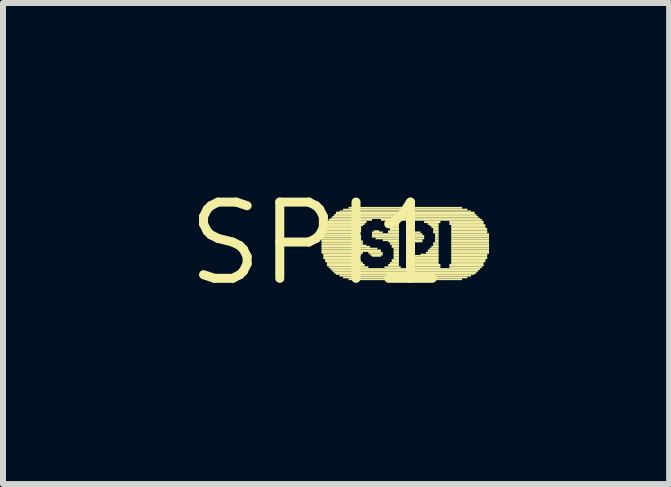
<source format=kicad_pcb>
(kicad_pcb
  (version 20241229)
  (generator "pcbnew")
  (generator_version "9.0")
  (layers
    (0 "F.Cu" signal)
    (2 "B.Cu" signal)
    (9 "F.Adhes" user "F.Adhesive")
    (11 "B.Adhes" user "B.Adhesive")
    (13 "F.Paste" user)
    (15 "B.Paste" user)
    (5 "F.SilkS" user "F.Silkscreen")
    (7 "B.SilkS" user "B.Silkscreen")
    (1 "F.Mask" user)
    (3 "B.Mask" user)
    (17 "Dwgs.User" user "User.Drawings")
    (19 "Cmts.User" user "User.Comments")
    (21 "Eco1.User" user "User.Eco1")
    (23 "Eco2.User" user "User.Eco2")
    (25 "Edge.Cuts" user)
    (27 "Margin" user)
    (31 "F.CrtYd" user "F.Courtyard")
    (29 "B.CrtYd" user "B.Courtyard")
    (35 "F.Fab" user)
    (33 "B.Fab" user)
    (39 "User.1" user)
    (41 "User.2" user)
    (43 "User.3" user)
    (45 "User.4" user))
  (footprint "SPI1"
    (layer "F.Cu")
    (at 2.245 1.006)
    (property "Reference" "SPI1" (at 0 0 0) (layer "F.SilkS") (effects (font (size 1.27 1.27) (thickness 0.15))))
    (attr through_hole)
    (fp_poly (pts (xy 0.06 -0.14) (xy 0.69 -0.14) (xy 0.69 -0.17) (xy 0.06 -0.17)) (stroke (width 0) (type solid)) (fill yes) (layer "F.SilkS"))
    (fp_poly (pts (xy 0.06 -0.1) (xy 0.72 -0.1) (xy 0.72 -0.14) (xy 0.06 -0.14)) (stroke (width 0) (type solid)) (fill yes) (layer "F.SilkS"))
    (fp_poly (pts (xy 0.06 -0.07) (xy 0.72 -0.07) (xy 0.72 -0.1) (xy 0.06 -0.1)) (stroke (width 0) (type solid)) (fill yes) (layer "F.SilkS"))
    (fp_poly (pts (xy 0.06 -0.04) (xy 0.72 -0.04) (xy 0.72 -0.07) (xy 0.06 -0.07)) (stroke (width 0) (type solid)) (fill yes) (layer "F.SilkS"))
    (fp_poly (pts (xy 0.06 -0.02) (xy 0.75 -0.02) (xy 0.75 -0.05) (xy 0.06 -0.05)) (stroke (width 0) (type solid)) (fill yes) (layer "F.SilkS"))
    (fp_poly (pts (xy 0.06 0.02) (xy 0.75 0.02) (xy 0.75 -0.02) (xy 0.06 -0.02)) (stroke (width 0) (type solid)) (fill yes) (layer "F.SilkS"))
    (fp_poly (pts (xy 0.06 0.05) (xy 0.81 0.05) (xy 0.81 0.02) (xy 0.06 0.02)) (stroke (width 0) (type solid)) (fill yes) (layer "F.SilkS"))
    (fp_poly (pts (xy 0.06 0.07) (xy 0.87 0.07) (xy 0.87 0.04) (xy 0.06 0.04)) (stroke (width 0) (type solid)) (fill yes) (layer "F.SilkS"))
    (fp_poly (pts (xy 0.06 0.1) (xy 0.99 0.1) (xy 0.99 0.07) (xy 0.06 0.07)) (stroke (width 0) (type solid)) (fill yes) (layer "F.SilkS"))
    (fp_poly (pts (xy 0.06 0.14) (xy 1.05 0.14) (xy 1.05 0.1) (xy 0.06 0.1)) (stroke (width 0) (type solid)) (fill yes) (layer "F.SilkS"))
    (fp_poly (pts (xy 0.06 0.17) (xy 0.75 0.17) (xy 0.75 0.14) (xy 0.06 0.14)) (stroke (width 0) (type solid)) (fill yes) (layer "F.SilkS"))
    (fp_poly (pts (xy 0.09 -0.22) (xy 0.72 -0.22) (xy 0.72 -0.26) (xy 0.09 -0.26)) (stroke (width 0) (type solid)) (fill yes) (layer "F.SilkS"))
    (fp_poly (pts (xy 0.09 -0.19) (xy 0.72 -0.19) (xy 0.72 -0.22) (xy 0.09 -0.22)) (stroke (width 0) (type solid)) (fill yes) (layer "F.SilkS"))
    (fp_poly (pts (xy 0.09 -0.17) (xy 0.69 -0.17) (xy 0.69 -0.2) (xy 0.09 -0.2)) (stroke (width 0) (type solid)) (fill yes) (layer "F.SilkS"))
    (fp_poly (pts (xy 0.09 0.2) (xy 0.72 0.2) (xy 0.72 0.17) (xy 0.09 0.17)) (stroke (width 0) (type solid)) (fill yes) (layer "F.SilkS"))
    (fp_poly (pts (xy 0.09 0.22) (xy 0.69 0.22) (xy 0.69 0.19) (xy 0.09 0.19)) (stroke (width 0) (type solid)) (fill yes) (layer "F.SilkS"))
    (fp_poly (pts (xy 0.09 0.26) (xy 0.69 0.26) (xy 0.69 0.22) (xy 0.09 0.22)) (stroke (width 0) (type solid)) (fill yes) (layer "F.SilkS"))
    (fp_poly (pts (xy 0.12 -0.29) (xy 0.75 -0.29) (xy 0.75 -0.32) (xy 0.12 -0.32)) (stroke (width 0) (type solid)) (fill yes) (layer "F.SilkS"))
    (fp_poly (pts (xy 0.12 -0.26) (xy 0.72 -0.26) (xy 0.72 -0.29) (xy 0.12 -0.29)) (stroke (width 0) (type solid)) (fill yes) (layer "F.SilkS"))
    (fp_poly (pts (xy 0.12 0.29) (xy 0.69 0.29) (xy 0.69 0.26) (xy 0.12 0.26)) (stroke (width 0) (type solid)) (fill yes) (layer "F.SilkS"))
    (fp_poly (pts (xy 0.12 0.31) (xy 0.72 0.31) (xy 0.72 0.28) (xy 0.12 0.28)) (stroke (width 0) (type solid)) (fill yes) (layer "F.SilkS"))
    (fp_poly (pts (xy 0.15 -0.34) (xy 0.81 -0.34) (xy 0.81 -0.38) (xy 0.15 -0.38)) (stroke (width 0) (type solid)) (fill yes) (layer "F.SilkS"))
    (fp_poly (pts (xy 0.15 -0.31) (xy 0.78 -0.31) (xy 0.78 -0.34) (xy 0.15 -0.34)) (stroke (width 0) (type solid)) (fill yes) (layer "F.SilkS"))
    (fp_poly (pts (xy 0.15 0.34) (xy 0.75 0.34) (xy 0.75 0.31) (xy 0.15 0.31)) (stroke (width 0) (type solid)) (fill yes) (layer "F.SilkS"))
    (fp_poly (pts (xy 0.15 0.38) (xy 0.78 0.38) (xy 0.78 0.34) (xy 0.15 0.34)) (stroke (width 0) (type solid)) (fill yes) (layer "F.SilkS"))
    (fp_poly (pts (xy 0.18 -0.38) (xy 0.9 -0.38) (xy 0.9 -0.41) (xy 0.18 -0.41)) (stroke (width 0) (type solid)) (fill yes) (layer "F.SilkS"))
    (fp_poly (pts (xy 0.18 0.41) (xy 0.84 0.41) (xy 0.84 0.38) (xy 0.18 0.38)) (stroke (width 0) (type solid)) (fill yes) (layer "F.SilkS"))
    (fp_poly (pts (xy 0.21 -0.41) (xy 2.7 -0.41) (xy 2.7 -0.43) (xy 0.21 -0.43)) (stroke (width 0) (type solid)) (fill yes) (layer "F.SilkS"))
    (fp_poly (pts (xy 0.21 0.44) (xy 2.7 0.44) (xy 2.7 0.41) (xy 0.21 0.41)) (stroke (width 0) (type solid)) (fill yes) (layer "F.SilkS"))
    (fp_poly (pts (xy 0.24 -0.43) (xy 2.67 -0.43) (xy 2.67 -0.46) (xy 0.24 -0.46)) (stroke (width 0) (type solid)) (fill yes) (layer "F.SilkS"))
    (fp_poly (pts (xy 0.24 0.47) (xy 2.67 0.47) (xy 2.67 0.44) (xy 0.24 0.44)) (stroke (width 0) (type solid)) (fill yes) (layer "F.SilkS"))
    (fp_poly (pts (xy 0.27 -0.46) (xy 2.64 -0.46) (xy 2.64 -0.49) (xy 0.27 -0.49)) (stroke (width 0) (type solid)) (fill yes) (layer "F.SilkS"))
    (fp_poly (pts (xy 0.27 0.5) (xy 2.64 0.5) (xy 2.64 0.47) (xy 0.27 0.47)) (stroke (width 0) (type solid)) (fill yes) (layer "F.SilkS"))
    (fp_poly (pts (xy 0.3 -0.49) (xy 2.61 -0.49) (xy 2.61 -0.53) (xy 0.3 -0.53)) (stroke (width 0) (type solid)) (fill yes) (layer "F.SilkS"))
    (fp_poly (pts (xy 0.3 0.52) (xy 2.61 0.52) (xy 2.61 0.49) (xy 0.3 0.49)) (stroke (width 0) (type solid)) (fill yes) (layer "F.SilkS"))
    (fp_poly (pts (xy 0.36 -0.53) (xy 2.55 -0.53) (xy 2.55 -0.55) (xy 0.36 -0.55)) (stroke (width 0) (type solid)) (fill yes) (layer "F.SilkS"))
    (fp_poly (pts (xy 0.36 0.55) (xy 2.55 0.55) (xy 2.55 0.52) (xy 0.36 0.52)) (stroke (width 0) (type solid)) (fill yes) (layer "F.SilkS"))
    (fp_poly (pts (xy 0.42 -0.55) (xy 2.49 -0.55) (xy 2.49 -0.58) (xy 0.42 -0.58)) (stroke (width 0) (type solid)) (fill yes) (layer "F.SilkS"))
    (fp_poly (pts (xy 0.42 0.58) (xy 2.49 0.58) (xy 2.49 0.55) (xy 0.42 0.55)) (stroke (width 0) (type solid)) (fill yes) (layer "F.SilkS"))
    (fp_poly (pts (xy 0.51 -0.58) (xy 2.4 -0.58) (xy 2.4 -0.61) (xy 0.51 -0.61)) (stroke (width 0) (type solid)) (fill yes) (layer "F.SilkS"))
    (fp_poly (pts (xy 0.51 0.61) (xy 2.4 0.61) (xy 2.4 0.58) (xy 0.51 0.58)) (stroke (width 0) (type solid)) (fill yes) (layer "F.SilkS"))
    (fp_poly (pts (xy 0.84 0.17) (xy 1.08 0.17) (xy 1.08 0.14) (xy 0.84 0.14)) (stroke (width 0) (type solid)) (fill yes) (layer "F.SilkS"))
    (fp_poly (pts (xy 0.87 0.2) (xy 1.08 0.2) (xy 1.08 0.17) (xy 0.87 0.17)) (stroke (width 0) (type solid)) (fill yes) (layer "F.SilkS"))
    (fp_poly (pts (xy 0.9 -0.17) (xy 1.08 -0.17) (xy 1.08 -0.2) (xy 0.9 -0.2)) (stroke (width 0) (type solid)) (fill yes) (layer "F.SilkS"))
    (fp_poly (pts (xy 0.9 -0.14) (xy 1.35 -0.14) (xy 1.35 -0.17) (xy 0.9 -0.17)) (stroke (width 0) (type solid)) (fill yes) (layer "F.SilkS"))
    (fp_poly (pts (xy 0.9 -0.1) (xy 1.35 -0.1) (xy 1.35 -0.14) (xy 0.9 -0.14)) (stroke (width 0) (type solid)) (fill yes) (layer "F.SilkS"))
    (fp_poly (pts (xy 0.9 0.22) (xy 1.05 0.22) (xy 1.05 0.19) (xy 0.9 0.19)) (stroke (width 0) (type solid)) (fill yes) (layer "F.SilkS"))
    (fp_poly (pts (xy 0.93 -0.19) (xy 1.02 -0.19) (xy 1.02 -0.22) (xy 0.93 -0.22)) (stroke (width 0) (type solid)) (fill yes) (layer "F.SilkS"))
    (fp_poly (pts (xy 0.96 -0.07) (xy 1.35 -0.07) (xy 1.35 -0.1) (xy 0.96 -0.1)) (stroke (width 0) (type solid)) (fill yes) (layer "F.SilkS"))
    (fp_poly (pts (xy 1.05 -0.38) (xy 2.73 -0.38) (xy 2.73 -0.41) (xy 1.05 -0.41)) (stroke (width 0) (type solid)) (fill yes) (layer "F.SilkS"))
    (fp_poly (pts (xy 1.08 -0.04) (xy 1.35 -0.04) (xy 1.35 -0.07) (xy 1.08 -0.07)) (stroke (width 0) (type solid)) (fill yes) (layer "F.SilkS"))
    (fp_poly (pts (xy 1.11 0.41) (xy 1.38 0.41) (xy 1.38 0.38) (xy 1.11 0.38)) (stroke (width 0) (type solid)) (fill yes) (layer "F.SilkS"))
    (fp_poly (pts (xy 1.14 -0.34) (xy 1.35 -0.34) (xy 1.35 -0.38) (xy 1.14 -0.38)) (stroke (width 0) (type solid)) (fill yes) (layer "F.SilkS"))
    (fp_poly (pts (xy 1.17 -0.31) (xy 1.35 -0.31) (xy 1.35 -0.34) (xy 1.17 -0.34)) (stroke (width 0) (type solid)) (fill yes) (layer "F.SilkS"))
    (fp_poly (pts (xy 1.17 -0.19) (xy 1.35 -0.19) (xy 1.35 -0.22) (xy 1.17 -0.22)) (stroke (width 0) (type solid)) (fill yes) (layer "F.SilkS"))
    (fp_poly (pts (xy 1.17 -0.17) (xy 1.35 -0.17) (xy 1.35 -0.2) (xy 1.17 -0.2)) (stroke (width 0) (type solid)) (fill yes) (layer "F.SilkS"))
    (fp_poly (pts (xy 1.17 -0.02) (xy 1.35 -0.02) (xy 1.35 -0.05) (xy 1.17 -0.05)) (stroke (width 0) (type solid)) (fill yes) (layer "F.SilkS"))
    (fp_poly (pts (xy 1.17 0.38) (xy 1.35 0.38) (xy 1.35 0.34) (xy 1.17 0.34)) (stroke (width 0) (type solid)) (fill yes) (layer "F.SilkS"))
    (fp_poly (pts (xy 1.2 -0.29) (xy 1.35 -0.29) (xy 1.35 -0.32) (xy 1.2 -0.32)) (stroke (width 0) (type solid)) (fill yes) (layer "F.SilkS"))
    (fp_poly (pts (xy 1.2 -0.26) (xy 1.35 -0.26) (xy 1.35 -0.29) (xy 1.2 -0.29)) (stroke (width 0) (type solid)) (fill yes) (layer "F.SilkS"))
    (fp_poly (pts (xy 1.2 -0.22) (xy 1.35 -0.22) (xy 1.35 -0.26) (xy 1.2 -0.26)) (stroke (width 0) (type solid)) (fill yes) (layer "F.SilkS"))
    (fp_poly (pts (xy 1.2 0.02) (xy 1.35 0.02) (xy 1.35 -0.02) (xy 1.2 -0.02)) (stroke (width 0) (type solid)) (fill yes) (layer "F.SilkS"))
    (fp_poly (pts (xy 1.2 0.34) (xy 1.35 0.34) (xy 1.35 0.31) (xy 1.2 0.31)) (stroke (width 0) (type solid)) (fill yes) (layer "F.SilkS"))
    (fp_poly (pts (xy 1.23 0.05) (xy 1.35 0.05) (xy 1.35 0.02) (xy 1.23 0.02)) (stroke (width 0) (type solid)) (fill yes) (layer "F.SilkS"))
    (fp_poly (pts (xy 1.23 0.07) (xy 1.35 0.07) (xy 1.35 0.04) (xy 1.23 0.04)) (stroke (width 0) (type solid)) (fill yes) (layer "F.SilkS"))
    (fp_poly (pts (xy 1.23 0.29) (xy 1.35 0.29) (xy 1.35 0.26) (xy 1.23 0.26)) (stroke (width 0) (type solid)) (fill yes) (layer "F.SilkS"))
    (fp_poly (pts (xy 1.23 0.31) (xy 1.35 0.31) (xy 1.35 0.28) (xy 1.23 0.28)) (stroke (width 0) (type solid)) (fill yes) (layer "F.SilkS"))
    (fp_poly (pts (xy 1.26 0.1) (xy 1.35 0.1) (xy 1.35 0.07) (xy 1.26 0.07)) (stroke (width 0) (type solid)) (fill yes) (layer "F.SilkS"))
    (fp_poly (pts (xy 1.26 0.14) (xy 1.35 0.14) (xy 1.35 0.1) (xy 1.26 0.1)) (stroke (width 0) (type solid)) (fill yes) (layer "F.SilkS"))
    (fp_poly (pts (xy 1.26 0.17) (xy 1.35 0.17) (xy 1.35 0.14) (xy 1.26 0.14)) (stroke (width 0) (type solid)) (fill yes) (layer "F.SilkS"))
    (fp_poly (pts (xy 1.26 0.2) (xy 1.35 0.2) (xy 1.35 0.17) (xy 1.26 0.17)) (stroke (width 0) (type solid)) (fill yes) (layer "F.SilkS"))
    (fp_poly (pts (xy 1.26 0.22) (xy 1.35 0.22) (xy 1.35 0.19) (xy 1.26 0.19)) (stroke (width 0) (type solid)) (fill yes) (layer "F.SilkS"))
    (fp_poly (pts (xy 1.26 0.26) (xy 1.35 0.26) (xy 1.35 0.22) (xy 1.26 0.22)) (stroke (width 0) (type solid)) (fill yes) (layer "F.SilkS"))
    (fp_poly (pts (xy 1.5 0.41) (xy 2.04 0.41) (xy 2.04 0.38) (xy 1.5 0.38)) (stroke (width 0) (type solid)) (fill yes) (layer "F.SilkS"))
    (fp_poly (pts (xy 1.53 -0.17) (xy 1.71 -0.17) (xy 1.71 -0.2) (xy 1.53 -0.2)) (stroke (width 0) (type solid)) (fill yes) (layer "F.SilkS"))
    (fp_poly (pts (xy 1.53 -0.14) (xy 1.74 -0.14) (xy 1.74 -0.17) (xy 1.53 -0.17)) (stroke (width 0) (type solid)) (fill yes) (layer "F.SilkS"))
    (fp_poly (pts (xy 1.53 -0.1) (xy 1.77 -0.1) (xy 1.77 -0.14) (xy 1.53 -0.14)) (stroke (width 0) (type solid)) (fill yes) (layer "F.SilkS"))
    (fp_poly (pts (xy 1.53 -0.07) (xy 1.77 -0.07) (xy 1.77 -0.1) (xy 1.53 -0.1)) (stroke (width 0) (type solid)) (fill yes) (layer "F.SilkS"))
    (fp_poly (pts (xy 1.53 -0.04) (xy 1.74 -0.04) (xy 1.74 -0.07) (xy 1.53 -0.07)) (stroke (width 0) (type solid)) (fill yes) (layer "F.SilkS"))
    (fp_poly (pts (xy 1.53 -0.02) (xy 1.74 -0.02) (xy 1.74 -0.05) (xy 1.53 -0.05)) (stroke (width 0) (type solid)) (fill yes) (layer "F.SilkS"))
    (fp_poly (pts (xy 1.53 0.22) (xy 2.01 0.22) (xy 2.01 0.19) (xy 1.53 0.19)) (stroke (width 0) (type solid)) (fill yes) (layer "F.SilkS"))
    (fp_poly (pts (xy 1.53 0.26) (xy 2.01 0.26) (xy 2.01 0.22) (xy 1.53 0.22)) (stroke (width 0) (type solid)) (fill yes) (layer "F.SilkS"))
    (fp_poly (pts (xy 1.53 0.29) (xy 2.01 0.29) (xy 2.01 0.26) (xy 1.53 0.26)) (stroke (width 0) (type solid)) (fill yes) (layer "F.SilkS"))
    (fp_poly (pts (xy 1.53 0.31) (xy 2.01 0.31) (xy 2.01 0.28) (xy 1.53 0.28)) (stroke (width 0) (type solid)) (fill yes) (layer "F.SilkS"))
    (fp_poly (pts (xy 1.53 0.34) (xy 2.01 0.34) (xy 2.01 0.31) (xy 1.53 0.31)) (stroke (width 0) (type solid)) (fill yes) (layer "F.SilkS"))
    (fp_poly (pts (xy 1.53 0.38) (xy 2.04 0.38) (xy 2.04 0.34) (xy 1.53 0.34)) (stroke (width 0) (type solid)) (fill yes) (layer "F.SilkS"))
    (fp_poly (pts (xy 1.71 0.2) (xy 2.01 0.2) (xy 2.01 0.17) (xy 1.71 0.17)) (stroke (width 0) (type solid)) (fill yes) (layer "F.SilkS"))
    (fp_poly (pts (xy 1.77 -0.34) (xy 2.04 -0.34) (xy 2.04 -0.38) (xy 1.77 -0.38)) (stroke (width 0) (type solid)) (fill yes) (layer "F.SilkS"))
    (fp_poly (pts (xy 1.8 0.17) (xy 2.01 0.17) (xy 2.01 0.14) (xy 1.8 0.14)) (stroke (width 0) (type solid)) (fill yes) (layer "F.SilkS"))
    (fp_poly (pts (xy 1.83 -0.31) (xy 2.01 -0.31) (xy 2.01 -0.34) (xy 1.83 -0.34)) (stroke (width 0) (type solid)) (fill yes) (layer "F.SilkS"))
    (fp_poly (pts (xy 1.83 0.14) (xy 2.01 0.14) (xy 2.01 0.1) (xy 1.83 0.1)) (stroke (width 0) (type solid)) (fill yes) (layer "F.SilkS"))
    (fp_poly (pts (xy 1.86 -0.29) (xy 2.01 -0.29) (xy 2.01 -0.32) (xy 1.86 -0.32)) (stroke (width 0) (type solid)) (fill yes) (layer "F.SilkS"))
    (fp_poly (pts (xy 1.86 0.1) (xy 2.01 0.1) (xy 2.01 0.07) (xy 1.86 0.07)) (stroke (width 0) (type solid)) (fill yes) (layer "F.SilkS"))
    (fp_poly (pts (xy 1.89 -0.26) (xy 2.01 -0.26) (xy 2.01 -0.29) (xy 1.89 -0.29)) (stroke (width 0) (type solid)) (fill yes) (layer "F.SilkS"))
    (fp_poly (pts (xy 1.89 0.07) (xy 2.01 0.07) (xy 2.01 0.04) (xy 1.89 0.04)) (stroke (width 0) (type solid)) (fill yes) (layer "F.SilkS"))
    (fp_poly (pts (xy 1.92 -0.22) (xy 2.01 -0.22) (xy 2.01 -0.26) (xy 1.92 -0.26)) (stroke (width 0) (type solid)) (fill yes) (layer "F.SilkS"))
    (fp_poly (pts (xy 1.92 -0.19) (xy 2.01 -0.19) (xy 2.01 -0.22) (xy 1.92 -0.22)) (stroke (width 0) (type solid)) (fill yes) (layer "F.SilkS"))
    (fp_poly (pts (xy 1.92 -0.17) (xy 2.01 -0.17) (xy 2.01 -0.2) (xy 1.92 -0.2)) (stroke (width 0) (type solid)) (fill yes) (layer "F.SilkS"))
    (fp_poly (pts (xy 1.92 0.02) (xy 2.01 0.02) (xy 2.01 -0.02) (xy 1.92 -0.02)) (stroke (width 0) (type solid)) (fill yes) (layer "F.SilkS"))
    (fp_poly (pts (xy 1.92 0.05) (xy 2.01 0.05) (xy 2.01 0.02) (xy 1.92 0.02)) (stroke (width 0) (type solid)) (fill yes) (layer "F.SilkS"))
    (fp_poly (pts (xy 1.95 -0.14) (xy 2.01 -0.14) (xy 2.01 -0.17) (xy 1.95 -0.17)) (stroke (width 0) (type solid)) (fill yes) (layer "F.SilkS"))
    (fp_poly (pts (xy 1.95 -0.1) (xy 2.01 -0.1) (xy 2.01 -0.14) (xy 1.95 -0.14)) (stroke (width 0) (type solid)) (fill yes) (layer "F.SilkS"))
    (fp_poly (pts (xy 1.95 -0.07) (xy 2.01 -0.07) (xy 2.01 -0.1) (xy 1.95 -0.1)) (stroke (width 0) (type solid)) (fill yes) (layer "F.SilkS"))
    (fp_poly (pts (xy 1.95 -0.04) (xy 2.01 -0.04) (xy 2.01 -0.07) (xy 1.95 -0.07)) (stroke (width 0) (type solid)) (fill yes) (layer "F.SilkS"))
    (fp_poly (pts (xy 1.95 -0.02) (xy 2.01 -0.02) (xy 2.01 -0.05) (xy 1.95 -0.05)) (stroke (width 0) (type solid)) (fill yes) (layer "F.SilkS"))
    (fp_poly (pts (xy 2.19 -0.34) (xy 2.76 -0.34) (xy 2.76 -0.38) (xy 2.19 -0.38)) (stroke (width 0) (type solid)) (fill yes) (layer "F.SilkS"))
    (fp_poly (pts (xy 2.19 -0.31) (xy 2.76 -0.31) (xy 2.76 -0.34) (xy 2.19 -0.34)) (stroke (width 0) (type solid)) (fill yes) (layer "F.SilkS"))
    (fp_poly (pts (xy 2.19 0.38) (xy 2.76 0.38) (xy 2.76 0.34) (xy 2.19 0.34)) (stroke (width 0) (type solid)) (fill yes) (layer "F.SilkS"))
    (fp_poly (pts (xy 2.19 0.41) (xy 2.73 0.41) (xy 2.73 0.38) (xy 2.19 0.38)) (stroke (width 0) (type solid)) (fill yes) (layer "F.SilkS"))
    (fp_poly (pts (xy 2.22 -0.29) (xy 2.79 -0.29) (xy 2.79 -0.32) (xy 2.22 -0.32)) (stroke (width 0) (type solid)) (fill yes) (layer "F.SilkS"))
    (fp_poly (pts (xy 2.22 -0.26) (xy 2.79 -0.26) (xy 2.79 -0.29) (xy 2.22 -0.29)) (stroke (width 0) (type solid)) (fill yes) (layer "F.SilkS"))
    (fp_poly (pts (xy 2.22 -0.22) (xy 2.82 -0.22) (xy 2.82 -0.26) (xy 2.22 -0.26)) (stroke (width 0) (type solid)) (fill yes) (layer "F.SilkS"))
    (fp_poly (pts (xy 2.22 -0.19) (xy 2.82 -0.19) (xy 2.82 -0.22) (xy 2.22 -0.22)) (stroke (width 0) (type solid)) (fill yes) (layer "F.SilkS"))
    (fp_poly (pts (xy 2.22 -0.17) (xy 2.82 -0.17) (xy 2.82 -0.2) (xy 2.22 -0.2)) (stroke (width 0) (type solid)) (fill yes) (layer "F.SilkS"))
    (fp_poly (pts (xy 2.22 -0.14) (xy 2.85 -0.14) (xy 2.85 -0.17) (xy 2.22 -0.17)) (stroke (width 0) (type solid)) (fill yes) (layer "F.SilkS"))
    (fp_poly (pts (xy 2.22 -0.1) (xy 2.85 -0.1) (xy 2.85 -0.14) (xy 2.22 -0.14)) (stroke (width 0) (type solid)) (fill yes) (layer "F.SilkS"))
    (fp_poly (pts (xy 2.22 -0.07) (xy 2.85 -0.07) (xy 2.85 -0.1) (xy 2.22 -0.1)) (stroke (width 0) (type solid)) (fill yes) (layer "F.SilkS"))
    (fp_poly (pts (xy 2.22 -0.04) (xy 2.85 -0.04) (xy 2.85 -0.07) (xy 2.22 -0.07)) (stroke (width 0) (type solid)) (fill yes) (layer "F.SilkS"))
    (fp_poly (pts (xy 2.22 -0.02) (xy 2.85 -0.02) (xy 2.85 -0.05) (xy 2.22 -0.05)) (stroke (width 0) (type solid)) (fill yes) (layer "F.SilkS"))
    (fp_poly (pts (xy 2.22 0.02) (xy 2.85 0.02) (xy 2.85 -0.02) (xy 2.22 -0.02)) (stroke (width 0) (type solid)) (fill yes) (layer "F.SilkS"))
    (fp_poly (pts (xy 2.22 0.05) (xy 2.85 0.05) (xy 2.85 0.02) (xy 2.22 0.02)) (stroke (width 0) (type solid)) (fill yes) (layer "F.SilkS"))
    (fp_poly (pts (xy 2.22 0.07) (xy 2.85 0.07) (xy 2.85 0.04) (xy 2.22 0.04)) (stroke (width 0) (type solid)) (fill yes) (layer "F.SilkS"))
    (fp_poly (pts (xy 2.22 0.1) (xy 2.85 0.1) (xy 2.85 0.07) (xy 2.22 0.07)) (stroke (width 0) (type solid)) (fill yes) (layer "F.SilkS"))
    (fp_poly (pts (xy 2.22 0.14) (xy 2.85 0.14) (xy 2.85 0.1) (xy 2.22 0.1)) (stroke (width 0) (type solid)) (fill yes) (layer "F.SilkS"))
    (fp_poly (pts (xy 2.22 0.17) (xy 2.85 0.17) (xy 2.85 0.14) (xy 2.22 0.14)) (stroke (width 0) (type solid)) (fill yes) (layer "F.SilkS"))
    (fp_poly (pts (xy 2.22 0.2) (xy 2.82 0.2) (xy 2.82 0.17) (xy 2.22 0.17)) (stroke (width 0) (type solid)) (fill yes) (layer "F.SilkS"))
    (fp_poly (pts (xy 2.22 0.22) (xy 2.82 0.22) (xy 2.82 0.19) (xy 2.22 0.19)) (stroke (width 0) (type solid)) (fill yes) (layer "F.SilkS"))
    (fp_poly (pts (xy 2.22 0.26) (xy 2.82 0.26) (xy 2.82 0.22) (xy 2.22 0.22)) (stroke (width 0) (type solid)) (fill yes) (layer "F.SilkS"))
    (fp_poly (pts (xy 2.22 0.29) (xy 2.79 0.29) (xy 2.79 0.26) (xy 2.22 0.26)) (stroke (width 0) (type solid)) (fill yes) (layer "F.SilkS"))
    (fp_poly (pts (xy 2.22 0.31) (xy 2.79 0.31) (xy 2.79 0.28) (xy 2.22 0.28)) (stroke (width 0) (type solid)) (fill yes) (layer "F.SilkS"))
    (fp_poly (pts (xy 2.22 0.34) (xy 2.76 0.34) (xy 2.76 0.31) (xy 2.22 0.31)) (stroke (width 0) (type solid)) (fill yes) (layer "F.SilkS")))
  (gr_rect
    (start -3 -3)
    (end 8.095 5.012)
    (stroke (width 0.1) (type default))
    (fill no)
    (layer "Edge.Cuts")))
</source>
